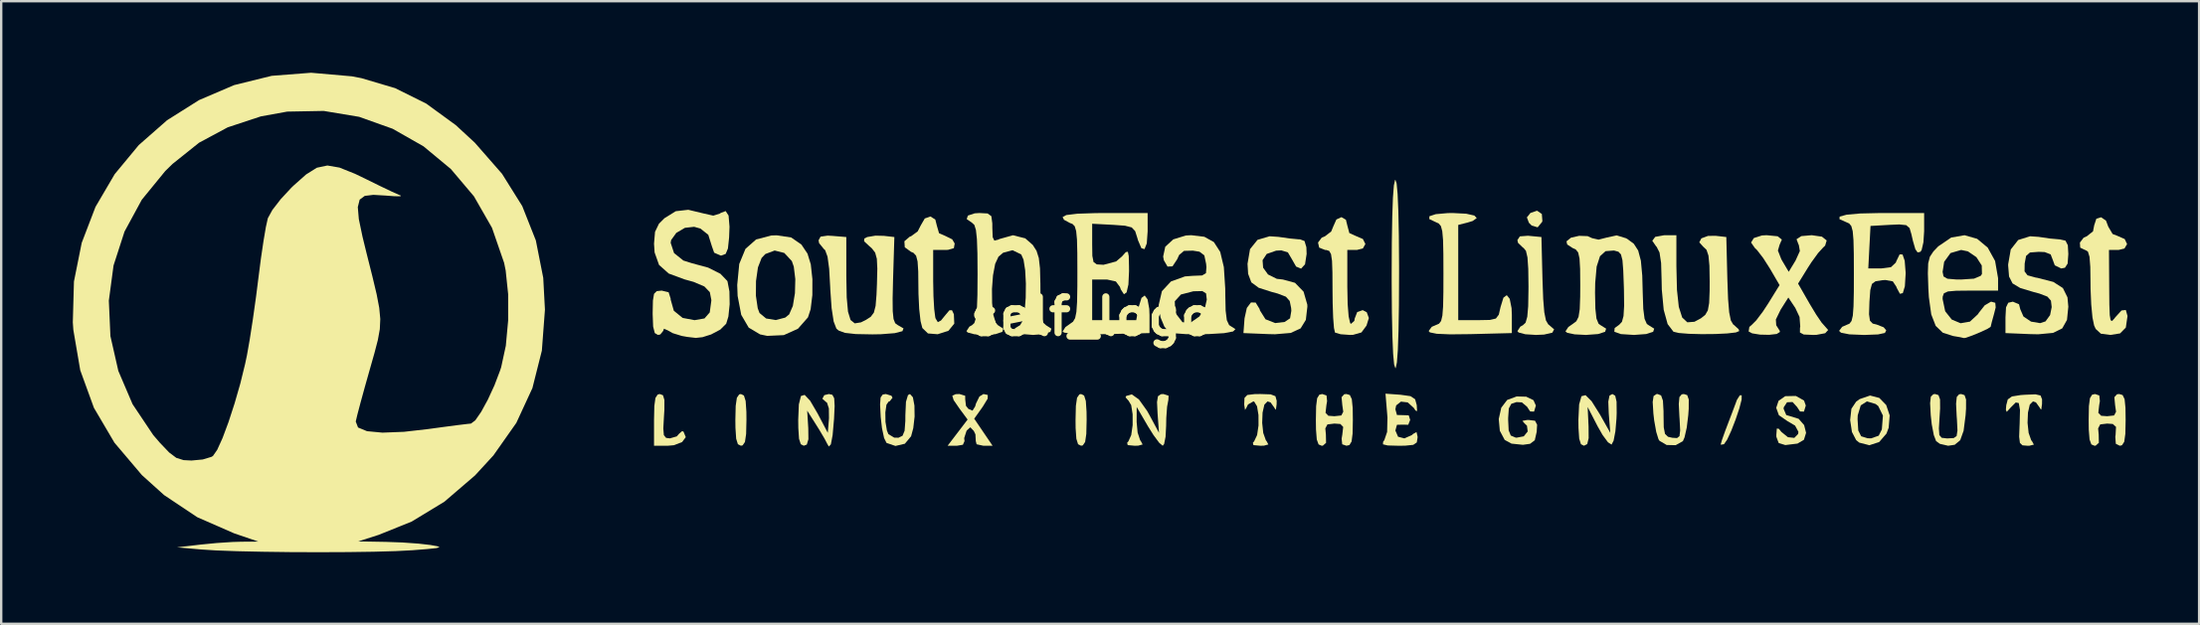
<source format=kicad_pcb>
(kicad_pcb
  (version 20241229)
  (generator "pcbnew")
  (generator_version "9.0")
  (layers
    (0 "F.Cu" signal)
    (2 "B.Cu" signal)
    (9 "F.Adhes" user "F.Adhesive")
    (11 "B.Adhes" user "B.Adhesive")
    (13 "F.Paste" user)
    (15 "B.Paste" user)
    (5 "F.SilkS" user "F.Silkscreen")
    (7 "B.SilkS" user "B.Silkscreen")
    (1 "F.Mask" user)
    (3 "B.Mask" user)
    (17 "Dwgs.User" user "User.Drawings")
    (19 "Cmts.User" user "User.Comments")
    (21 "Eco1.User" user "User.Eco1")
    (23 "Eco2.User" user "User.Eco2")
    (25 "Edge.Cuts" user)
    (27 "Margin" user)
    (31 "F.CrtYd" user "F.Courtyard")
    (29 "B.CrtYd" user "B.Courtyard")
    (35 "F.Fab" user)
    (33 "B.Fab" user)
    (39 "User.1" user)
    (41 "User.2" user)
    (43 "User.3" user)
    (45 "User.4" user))
  (footprint "self_logo"
    (layer "F.Cu")
    (at 42.698 10.218)
    (property "Reference" "self_logo" (at 0 0 0) (layer "F.SilkS") (effects (font (size 1.5 1.5) (thickness 0.3))))
    (attr board_only exclude_from_pos_files exclude_from_bom)
    (fp_poly (pts (xy 18.835 -4.297) (xy 18.858 -4.005) (xy 18.843 -3.96) (xy 18.659 -3.737) (xy 18.409 -3.811) (xy 18.293 -3.929) (xy 18.209 -4.154) (xy 18.358 -4.34) (xy 18.635 -4.434)) (stroke (width 0) (type solid)) (fill yes) (layer "F.SilkS"))
    (fp_poly (pts (xy -14.587 3.316) (xy -14.515 3.545) (xy -14.484 3.997) (xy -14.481 4.336) (xy -14.495 4.925) (xy -14.544 5.262) (xy -14.641 5.404) (xy -14.713 5.42) (xy -14.84 5.356) (xy -14.912 5.127) (xy -14.942 4.675) (xy -14.946 4.336) (xy -14.932 3.747) (xy -14.883 3.41) (xy -14.786 3.268) (xy -14.713 3.252)) (stroke (width 0) (type solid)) (fill yes) (layer "F.SilkS"))
    (fp_poly (pts (xy -0.338 3.316) (xy -0.266 3.545) (xy -0.236 3.997) (xy -0.232 4.336) (xy -0.246 4.925) (xy -0.295 5.262) (xy -0.392 5.405) (xy -0.465 5.42) (xy -0.591 5.357) (xy -0.663 5.128) (xy -0.694 4.677) (xy -0.697 4.337) (xy -0.683 3.748) (xy -0.634 3.41) (xy -0.537 3.268) (xy -0.465 3.252)) (stroke (width 0) (type solid)) (fill yes) (layer "F.SilkS"))
    (fp_poly (pts (xy 27.203 3.484) (xy 27.108 3.854) (xy 26.952 4.32) (xy 26.771 4.787) (xy 26.598 5.163) (xy 26.466 5.354) (xy 26.464 5.356) (xy 26.335 5.377) (xy 26.329 5.358) (xy 26.38 5.179) (xy 26.511 4.81) (xy 26.615 4.536) (xy 26.802 4.045) (xy 26.956 3.635) (xy 27.005 3.501) (xy 27.128 3.305) (xy 27.206 3.303)) (stroke (width 0) (type solid)) (fill yes) (layer "F.SilkS"))
    (fp_poly (pts (xy -17.977 3.304) (xy -17.918 3.502) (xy -17.919 3.913) (xy -17.936 4.182) (xy -17.964 4.697) (xy -17.941 4.977) (xy -17.847 5.091) (xy -17.688 5.111) (xy -17.399 5.028) (xy -17.303 4.917) (xy -17.174 4.805) (xy -17.116 4.833) (xy -17.023 5.061) (xy -17.178 5.267) (xy -17.524 5.399) (xy -17.767 5.42) (xy -18.353 5.42) (xy -18.353 4.336) (xy -18.34 3.752) (xy -18.294 3.417) (xy -18.199 3.273) (xy -18.111 3.252)) (stroke (width 0) (type solid)) (fill yes) (layer "F.SilkS"))
    (fp_poly (pts (xy 12.752 -5.578) (xy 12.794 -5.128) (xy 12.825 -4.395) (xy 12.846 -3.391) (xy 12.855 -2.129) (xy 12.855 -1.781) (xy 12.849 -0.457) (xy 12.831 0.611) (xy 12.803 1.412) (xy 12.763 1.932) (xy 12.714 2.159) (xy 12.7 2.168) (xy 12.648 2.016) (xy 12.606 1.566) (xy 12.575 0.833) (xy 12.554 -0.171) (xy 12.545 -1.434) (xy 12.545 -1.781) (xy 12.551 -3.105) (xy 12.569 -4.173) (xy 12.597 -4.974) (xy 12.637 -5.495) (xy 12.686 -5.721) (xy 12.7 -5.73)) (stroke (width 0) (type solid)) (fill yes) (layer "F.SilkS"))
    (fp_poly (pts (xy 18.314 -3.378) (xy 18.818 -3.33) (xy 18.862 -1.552) (xy 18.892 -0.731) (xy 18.938 -0.174) (xy 19.007 0.166) (xy 19.105 0.333) (xy 19.133 0.353) (xy 19.349 0.54) (xy 19.275 0.68) (xy 18.925 0.76) (xy 18.585 0.774) (xy 18.141 0.746) (xy 17.862 0.672) (xy 17.811 0.615) (xy 17.935 0.426) (xy 18.043 0.366) (xy 18.154 0.261) (xy 18.225 0.012) (xy 18.263 -0.432) (xy 18.275 -1.124) (xy 18.276 -1.26) (xy 18.266 -1.997) (xy 18.233 -2.477) (xy 18.168 -2.753) (xy 18.064 -2.877) (xy 18.043 -2.887) (xy 17.837 -3.087) (xy 17.811 -3.201) (xy 17.914 -3.358) (xy 18.255 -3.384)) (stroke (width 0) (type solid)) (fill yes) (layer "F.SilkS"))
    (fp_poly (pts (xy 21.908 3.323) (xy 21.965 3.571) (xy 21.97 4.053) (xy 21.961 4.286) (xy 21.916 4.816) (xy 21.841 5.207) (xy 21.755 5.372) (xy 21.604 5.274) (xy 21.378 4.967) (xy 21.174 4.61) (xy 20.753 3.795) (xy 20.792 4.608) (xy 20.796 5.101) (xy 20.737 5.351) (xy 20.6 5.42) (xy 20.599 5.42) (xy 20.473 5.356) (xy 20.4 5.127) (xy 20.37 4.676) (xy 20.366 4.332) (xy 20.397 3.687) (xy 20.494 3.344) (xy 20.666 3.3) (xy 20.92 3.554) (xy 21.265 4.103) (xy 21.267 4.106) (xy 21.702 4.879) (xy 21.638 4.066) (xy 21.619 3.569) (xy 21.67 3.317) (xy 21.79 3.252)) (stroke (width 0) (type solid)) (fill yes) (layer "F.SilkS"))
    (fp_poly (pts (xy 32.971 3.416) (xy 33.259 3.713) (xy 33.405 4.148) (xy 33.363 4.666) (xy 33.27 4.912) (xy 32.963 5.266) (xy 32.548 5.399) (xy 32.132 5.29) (xy 32.002 5.186) (xy 31.824 4.844) (xy 31.75 4.352) (xy 31.75 4.329) (xy 31.753 4.306) (xy 32.06 4.306) (xy 32.089 4.781) (xy 32.21 5.023) (xy 32.474 5.106) (xy 32.625 5.111) (xy 32.946 4.998) (xy 33.077 4.736) (xy 33.122 4.156) (xy 32.925 3.755) (xy 32.816 3.67) (xy 32.453 3.561) (xy 32.193 3.728) (xy 32.067 4.144) (xy 32.06 4.306) (xy 31.753 4.306) (xy 31.802 3.869) (xy 31.998 3.575) (xy 32.144 3.466) (xy 32.584 3.315)) (stroke (width 0) (type solid)) (fill yes) (layer "F.SilkS"))
    (fp_poly (pts (xy -10.881 3.286) (xy -10.806 3.431) (xy -10.788 3.755) (xy -10.813 4.298) (xy -10.872 4.975) (xy -10.945 5.363) (xy -11.031 5.454) (xy -11.096 5.343) (xy -11.208 5.128) (xy -11.425 4.761) (xy -11.545 4.569) (xy -11.937 3.949) (xy -11.892 4.685) (xy -11.886 5.148) (xy -11.953 5.371) (xy -12.079 5.42) (xy -12.206 5.357) (xy -12.279 5.13) (xy -12.309 4.681) (xy -12.313 4.336) (xy -12.286 3.685) (xy -12.199 3.336) (xy -12.044 3.288) (xy -11.812 3.536) (xy -11.502 4.066) (xy -11.074 4.879) (xy -11.024 4.263) (xy -11.029 3.855) (xy -11.108 3.614) (xy -11.14 3.592) (xy -11.302 3.449) (xy -11.221 3.299) (xy -11.028 3.252)) (stroke (width 0) (type solid)) (fill yes) (layer "F.SilkS"))
    (fp_poly (pts (xy -7.51 3.389) (xy -7.445 3.736) (xy -7.438 4.198) (xy -7.493 4.68) (xy -7.585 5.023) (xy -7.846 5.336) (xy -8.24 5.429) (xy -8.614 5.302) (xy -8.716 5.098) (xy -8.805 4.681) (xy -8.857 4.22) (xy -8.884 3.689) (xy -8.862 3.396) (xy -8.774 3.274) (xy -8.644 3.252) (xy -8.409 3.323) (xy -8.363 3.407) (xy -8.481 3.558) (xy -8.518 3.562) (xy -8.616 3.696) (xy -8.663 4.02) (xy -8.658 4.421) (xy -8.598 4.782) (xy -8.536 4.933) (xy -8.291 5.081) (xy -8.113 5.084) (xy -7.944 5.002) (xy -7.857 4.792) (xy -7.826 4.38) (xy -7.825 4.139) (xy -7.8 3.579) (xy -7.716 3.298) (xy -7.632 3.252)) (stroke (width 0) (type solid)) (fill yes) (layer "F.SilkS"))
    (fp_poly (pts (xy 24.925 3.298) (xy 24.989 3.482) (xy 24.987 3.872) (xy 24.968 4.143) (xy 24.904 4.664) (xy 24.812 5.07) (xy 24.743 5.227) (xy 24.441 5.397) (xy 24.063 5.389) (xy 23.763 5.213) (xy 23.722 5.15) (xy 23.627 4.843) (xy 23.541 4.362) (xy 23.507 4.066) (xy 23.478 3.584) (xy 23.516 3.337) (xy 23.636 3.255) (xy 23.684 3.252) (xy 23.83 3.311) (xy 23.907 3.529) (xy 23.932 3.972) (xy 23.933 4.143) (xy 23.941 4.648) (xy 23.994 4.923) (xy 24.12 5.045) (xy 24.297 5.086) (xy 24.498 5.098) (xy 24.601 5.018) (xy 24.629 4.777) (xy 24.605 4.307) (xy 24.597 4.195) (xy 24.571 3.668) (xy 24.598 3.38) (xy 24.693 3.266) (xy 24.783 3.252)) (stroke (width 0) (type solid)) (fill yes) (layer "F.SilkS"))
    (fp_poly (pts (xy 29.489 3.34) (xy 29.817 3.525) (xy 29.891 3.734) (xy 29.814 3.989) (xy 29.648 3.983) (xy 29.526 3.795) (xy 29.336 3.587) (xy 29.105 3.598) (xy 28.967 3.809) (xy 28.962 3.872) (xy 29.073 4.133) (xy 29.241 4.182) (xy 29.592 4.291) (xy 29.821 4.554) (xy 29.903 4.879) (xy 29.813 5.17) (xy 29.543 5.33) (xy 29.033 5.392) (xy 28.755 5.305) (xy 28.659 5.048) (xy 28.657 4.969) (xy 28.677 4.7) (xy 28.761 4.709) (xy 28.868 4.84) (xy 29.142 5.062) (xy 29.41 5.091) (xy 29.57 4.927) (xy 29.582 4.835) (xy 29.442 4.576) (xy 29.117 4.384) (xy 28.764 4.14) (xy 28.652 3.83) (xy 28.751 3.536) (xy 29.031 3.342) (xy 29.461 3.333)) (stroke (width 0) (type solid)) (fill yes) (layer "F.SilkS"))
    (fp_poly (pts (xy 36.541 3.298) (xy 36.604 3.482) (xy 36.603 3.872) (xy 36.584 4.143) (xy 36.501 4.794) (xy 36.359 5.189) (xy 36.128 5.38) (xy 35.854 5.421) (xy 35.509 5.341) (xy 35.35 5.227) (xy 35.253 4.974) (xy 35.167 4.524) (xy 35.125 4.143) (xy 35.098 3.634) (xy 35.129 3.363) (xy 35.233 3.261) (xy 35.309 3.252) (xy 35.45 3.298) (xy 35.514 3.478) (xy 35.517 3.862) (xy 35.497 4.182) (xy 35.466 4.696) (xy 35.485 4.973) (xy 35.583 5.087) (xy 35.788 5.111) (xy 35.854 5.111) (xy 36.088 5.098) (xy 36.209 5.012) (xy 36.244 4.779) (xy 36.222 4.327) (xy 36.211 4.182) (xy 36.186 3.659) (xy 36.215 3.375) (xy 36.312 3.264) (xy 36.399 3.252)) (stroke (width 0) (type solid)) (fill yes) (layer "F.SilkS"))
    (fp_poly (pts (xy 39.724 3.314) (xy 39.788 3.474) (xy 39.786 3.67) (xy 39.755 3.906) (xy 39.703 3.856) (xy 39.697 3.833) (xy 39.532 3.603) (xy 39.405 3.562) (xy 39.273 3.697) (xy 39.197 4.032) (xy 39.18 4.462) (xy 39.225 4.883) (xy 39.333 5.189) (xy 39.37 5.235) (xy 39.445 5.373) (xy 39.258 5.42) (xy 39.176 5.421) (xy 38.967 5.403) (xy 38.86 5.302) (xy 38.828 5.043) (xy 38.846 4.556) (xy 38.849 4.492) (xy 38.863 3.919) (xy 38.812 3.631) (xy 38.686 3.606) (xy 38.471 3.821) (xy 38.461 3.833) (xy 38.307 4.001) (xy 38.272 3.91) (xy 38.289 3.717) (xy 38.351 3.479) (xy 38.524 3.354) (xy 38.893 3.295) (xy 39.068 3.283) (xy 39.511 3.265)) (stroke (width 0) (type solid)) (fill yes) (layer "F.SilkS"))
    (fp_poly (pts (xy -4.373 3.292) (xy -4.378 3.448) (xy -4.577 3.773) (xy -4.639 3.862) (xy -4.941 4.286) (xy -4.556 4.854) (xy -4.171 5.421) (xy -4.558 5.421) (xy -4.841 5.359) (xy -4.875 5.227) (xy -4.891 4.942) (xy -4.958 4.801) (xy -5.104 4.647) (xy -5.243 4.77) (xy -5.264 4.801) (xy -5.361 5.1) (xy -5.347 5.227) (xy -5.415 5.379) (xy -5.666 5.421) (xy -6.056 5.421) (xy -5.637 4.872) (xy -5.218 4.322) (xy -5.552 3.871) (xy -5.803 3.507) (xy -5.859 3.323) (xy -5.718 3.258) (xy -5.559 3.252) (xy -5.319 3.325) (xy -5.318 3.473) (xy -5.286 3.748) (xy -5.186 3.874) (xy -5.013 3.949) (xy -4.902 3.773) (xy -4.868 3.653) (xy -4.723 3.356) (xy -4.552 3.252)) (stroke (width 0) (type solid)) (fill yes) (layer "F.SilkS"))
    (fp_poly (pts (xy 7.475 3.266) (xy 7.675 3.342) (xy 7.728 3.531) (xy 7.726 3.678) (xy 7.696 3.913) (xy 7.643 3.854) (xy 7.637 3.833) (xy 7.472 3.603) (xy 7.345 3.562) (xy 7.213 3.697) (xy 7.137 4.032) (xy 7.121 4.462) (xy 7.165 4.883) (xy 7.274 5.189) (xy 7.31 5.235) (xy 7.379 5.367) (xy 7.194 5.417) (xy 7.047 5.421) (xy 6.754 5.394) (xy 6.73 5.297) (xy 6.784 5.235) (xy 6.908 4.973) (xy 6.968 4.571) (xy 6.966 4.133) (xy 6.905 3.765) (xy 6.786 3.571) (xy 6.749 3.562) (xy 6.527 3.691) (xy 6.457 3.833) (xy 6.402 3.92) (xy 6.37 3.713) (xy 6.368 3.678) (xy 6.38 3.416) (xy 6.498 3.292) (xy 6.806 3.255) (xy 7.047 3.252)) (stroke (width 0) (type solid)) (fill yes) (layer "F.SilkS"))
    (fp_poly (pts (xy 18.182 3.364) (xy 18.484 3.51) (xy 18.585 3.735) (xy 18.509 3.989) (xy 18.344 3.982) (xy 18.215 3.784) (xy 17.998 3.602) (xy 17.773 3.59) (xy 17.555 3.663) (xy 17.452 3.856) (xy 17.424 4.258) (xy 17.424 4.337) (xy 17.445 4.775) (xy 17.534 4.993) (xy 17.734 5.077) (xy 17.773 5.083) (xy 18.078 5.025) (xy 18.243 4.821) (xy 18.211 4.579) (xy 18.105 4.478) (xy 18.021 4.377) (xy 18.219 4.34) (xy 18.283 4.339) (xy 18.55 4.372) (xy 18.637 4.539) (xy 18.619 4.84) (xy 18.539 5.19) (xy 18.342 5.339) (xy 18.041 5.381) (xy 17.565 5.332) (xy 17.279 5.176) (xy 17.075 4.793) (xy 17.03 4.3) (xy 17.135 3.827) (xy 17.381 3.502) (xy 17.385 3.5) (xy 17.781 3.353)) (stroke (width 0) (type solid)) (fill yes) (layer "F.SilkS"))
    (fp_poly (pts (xy 3.201 3.324) (xy 3.192 3.497) (xy 3.138 3.786) (xy 3.104 4.256) (xy 3.098 4.582) (xy 3.074 5.044) (xy 3.013 5.349) (xy 2.955 5.421) (xy 2.808 5.297) (xy 2.57 4.976) (xy 2.339 4.608) (xy 1.865 3.795) (xy 1.862 4.422) (xy 1.903 4.867) (xy 2.01 5.189) (xy 2.044 5.235) (xy 2.113 5.367) (xy 1.928 5.417) (xy 1.781 5.421) (xy 1.489 5.394) (xy 1.464 5.297) (xy 1.518 5.235) (xy 1.636 4.972) (xy 1.695 4.556) (xy 1.694 4.1) (xy 1.634 3.717) (xy 1.516 3.521) (xy 1.51 3.519) (xy 1.398 3.39) (xy 1.426 3.332) (xy 1.661 3.267) (xy 1.96 3.482) (xy 2.302 3.961) (xy 2.4 4.136) (xy 2.799 4.879) (xy 2.739 4.066) (xy 2.716 3.59) (xy 2.755 3.346) (xy 2.877 3.26) (xy 2.982 3.252)) (stroke (width 0) (type solid)) (fill yes) (layer "F.SilkS"))
    (fp_poly (pts (xy 10.794 3.295) (xy 10.875 3.467) (xy 10.912 3.832) (xy 10.919 4.336) (xy 10.908 4.912) (xy 10.866 5.243) (xy 10.776 5.391) (xy 10.652 5.42) (xy 10.473 5.36) (xy 10.449 5.124) (xy 10.477 4.956) (xy 10.514 4.632) (xy 10.396 4.509) (xy 10.146 4.491) (xy 9.854 4.526) (xy 9.766 4.692) (xy 9.79 4.956) (xy 9.797 5.298) (xy 9.662 5.418) (xy 9.614 5.421) (xy 9.483 5.365) (xy 9.408 5.16) (xy 9.375 4.743) (xy 9.37 4.337) (xy 9.381 3.76) (xy 9.423 3.43) (xy 9.513 3.282) (xy 9.637 3.252) (xy 9.816 3.313) (xy 9.84 3.549) (xy 9.812 3.717) (xy 9.775 4.041) (xy 9.893 4.164) (xy 10.145 4.182) (xy 10.436 4.151) (xy 10.517 3.995) (xy 10.477 3.717) (xy 10.446 3.385) (xy 10.557 3.261) (xy 10.652 3.252)) (stroke (width 0) (type solid)) (fill yes) (layer "F.SilkS"))
    (fp_poly (pts (xy 12.919 3.283) (xy 13.332 3.341) (xy 13.527 3.47) (xy 13.595 3.717) (xy 13.609 3.97) (xy 13.543 3.944) (xy 13.471 3.833) (xy 13.216 3.603) (xy 12.933 3.571) (xy 12.734 3.729) (xy 12.7 3.89) (xy 12.766 4.131) (xy 13.009 4.137) (xy 13.01 4.137) (xy 13.259 4.145) (xy 13.32 4.337) (xy 13.239 4.541) (xy 13.01 4.536) (xy 12.766 4.542) (xy 12.7 4.782) (xy 12.7 4.783) (xy 12.812 5.042) (xy 13.078 5.112) (xy 13.392 4.972) (xy 13.443 4.925) (xy 13.585 4.845) (xy 13.629 5.034) (xy 13.629 5.08) (xy 13.597 5.281) (xy 13.449 5.383) (xy 13.108 5.418) (xy 12.836 5.421) (xy 12.381 5.409) (xy 12.181 5.362) (xy 12.185 5.257) (xy 12.236 5.188) (xy 12.354 4.843) (xy 12.368 4.243) (xy 12.357 4.096) (xy 12.286 3.237)) (stroke (width 0) (type solid)) (fill yes) (layer "F.SilkS"))
    (fp_poly (pts (xy 42.186 3.313) (xy 42.209 3.549) (xy 42.181 3.717) (xy 42.144 4.041) (xy 42.263 4.164) (xy 42.514 4.182) (xy 42.805 4.151) (xy 42.887 3.995) (xy 42.847 3.717) (xy 42.816 3.385) (xy 42.926 3.262) (xy 43.021 3.252) (xy 43.163 3.296) (xy 43.245 3.468) (xy 43.281 3.832) (xy 43.288 4.337) (xy 43.276 4.92) (xy 43.23 5.254) (xy 43.136 5.399) (xy 43.044 5.421) (xy 42.877 5.338) (xy 42.856 5.048) (xy 42.868 4.956) (xy 42.885 4.63) (xy 42.751 4.508) (xy 42.514 4.491) (xy 42.223 4.526) (xy 42.136 4.693) (xy 42.16 4.956) (xy 42.167 5.297) (xy 42.032 5.417) (xy 41.984 5.42) (xy 41.852 5.365) (xy 41.777 5.159) (xy 41.744 4.742) (xy 41.74 4.336) (xy 41.75 3.76) (xy 41.793 3.43) (xy 41.882 3.282) (xy 42.007 3.252)) (stroke (width 0) (type solid)) (fill yes) (layer "F.SilkS"))
    (fp_poly (pts (xy -12.608 -3.312) (xy -12.18 -3.015) (xy -11.924 -2.633) (xy -11.787 -2.186) (xy -11.719 -1.566) (xy -11.721 -0.897) (xy -11.793 -0.304) (xy -11.904 0.037) (xy -12.323 0.514) (xy -12.917 0.782) (xy -13.612 0.814) (xy -13.911 0.752) (xy -14.387 0.468) (xy -14.7 -0.068) (xy -14.852 -0.864) (xy -14.852 -0.872) (xy -14.086 -0.872) (xy -14.009 -0.344) (xy -13.934 -0.145) (xy -13.657 0.085) (xy -13.253 0.151) (xy -12.857 0.047) (xy -12.692 -0.087) (xy -12.538 -0.442) (xy -12.45 -0.977) (xy -12.435 -1.567) (xy -12.499 -2.089) (xy -12.581 -2.323) (xy -12.897 -2.663) (xy -13.3 -2.764) (xy -13.69 -2.618) (xy -13.847 -2.452) (xy -14 -2.055) (xy -14.081 -1.485) (xy -14.086 -0.872) (xy -14.852 -0.872) (xy -14.868 -1.319) (xy -14.783 -2.202) (xy -14.523 -2.834) (xy -14.078 -3.228) (xy -13.44 -3.395) (xy -13.214 -3.402)) (stroke (width 0) (type solid)) (fill yes) (layer "F.SilkS"))
    (fp_poly (pts (xy -6.57 -4.062) (xy -6.505 -3.805) (xy -6.414 -3.49) (xy -6.158 -3.379) (xy -5.863 -3.234) (xy -5.759 -3.059) (xy -5.793 -2.864) (xy -6.041 -2.792) (xy -6.184 -2.788) (xy -6.66 -2.788) (xy -6.66 -1.484) (xy -6.648 -0.85) (xy -6.617 -0.314) (xy -6.573 0.032) (xy -6.559 0.084) (xy -6.464 0.239) (xy -6.332 0.168) (xy -6.181 -0.019) (xy -5.98 -0.259) (xy -5.872 -0.261) (xy -5.793 -0.094) (xy -5.776 0.301) (xy -6.02 0.6) (xy -6.471 0.745) (xy -6.879 0.712) (xy -7.114 0.484) (xy -7.189 0.194) (xy -7.246 -0.314) (xy -7.276 -0.949) (xy -7.279 -1.218) (xy -7.286 -1.887) (xy -7.314 -2.309) (xy -7.376 -2.548) (xy -7.487 -2.668) (xy -7.589 -2.71) (xy -7.85 -2.901) (xy -7.866 -3.153) (xy -7.639 -3.347) (xy -7.587 -3.363) (xy -7.31 -3.565) (xy -7.183 -3.813) (xy -7.012 -4.109) (xy -6.773 -4.192)) (stroke (width 0) (type solid)) (fill yes) (layer "F.SilkS"))
    (fp_poly (pts (xy 42.465 -4.019) (xy 42.562 -3.764) (xy 42.742 -3.458) (xy 42.948 -3.378) (xy 43.249 -3.246) (xy 43.349 -3.035) (xy 43.238 -2.848) (xy 42.99 -2.788) (xy 42.591 -2.788) (xy 42.6 -1.2) (xy 42.606 -0.494) (xy 42.623 -0.055) (xy 42.659 0.158) (xy 42.723 0.189) (xy 42.822 0.079) (xy 42.851 0.039) (xy 43.115 -0.251) (xy 43.296 -0.272) (xy 43.366 -0.022) (xy 43.366 -0.013) (xy 43.296 0.466) (xy 43.055 0.711) (xy 42.648 0.774) (xy 42.251 0.723) (xy 42.034 0.523) (xy 41.968 0.377) (xy 41.899 0.044) (xy 41.847 -0.501) (xy 41.819 -1.158) (xy 41.817 -1.404) (xy 41.808 -2.081) (xy 41.775 -2.502) (xy 41.708 -2.72) (xy 41.599 -2.787) (xy 41.585 -2.788) (xy 41.386 -2.885) (xy 41.372 -3.097) (xy 41.527 -3.301) (xy 41.662 -3.362) (xy 41.922 -3.569) (xy 41.972 -3.824) (xy 42.062 -4.098) (xy 42.261 -4.159)) (stroke (width 0) (type solid)) (fill yes) (layer "F.SilkS"))
    (fp_poly (pts (xy 15.665 -4.308) (xy 16.009 -4.231) (xy 16.108 -4.124) (xy 15.936 -4.002) (xy 15.72 -3.936) (xy 15.333 -3.838) (xy 15.333 -1.842) (xy 15.333 0.155) (xy 16.168 0.155) (xy 16.65 0.146) (xy 16.909 0.087) (xy 17.032 -0.075) (xy 17.104 -0.39) (xy 17.106 -0.397) (xy 17.226 -0.787) (xy 17.365 -0.894) (xy 17.489 -0.74) (xy 17.567 -0.348) (xy 17.579 -0.065) (xy 17.579 0.697) (xy 15.836 0.741) (xy 14.991 0.75) (xy 14.434 0.726) (xy 14.146 0.668) (xy 14.094 0.61) (xy 14.223 0.435) (xy 14.404 0.355) (xy 14.529 0.302) (xy 14.615 0.189) (xy 14.669 -0.036) (xy 14.699 -0.423) (xy 14.711 -1.024) (xy 14.713 -1.789) (xy 14.71 -2.625) (xy 14.697 -3.204) (xy 14.664 -3.575) (xy 14.607 -3.789) (xy 14.516 -3.899) (xy 14.404 -3.949) (xy 14.121 -4.083) (xy 14.125 -4.201) (xy 14.39 -4.289) (xy 14.892 -4.334) (xy 15.101 -4.337)) (stroke (width 0) (type solid)) (fill yes) (layer "F.SilkS"))
    (fp_poly (pts (xy 10.628 -4.055) (xy 10.687 -3.817) (xy 10.772 -3.497) (xy 11.033 -3.379) (xy 11.339 -3.248) (xy 11.444 -3.038) (xy 11.339 -2.851) (xy 11.085 -2.788) (xy 10.687 -2.788) (xy 10.687 -1.239) (xy 10.701 -0.52) (xy 10.743 0.001) (xy 10.806 0.277) (xy 10.841 0.31) (xy 10.98 0.185) (xy 10.996 0.087) (xy 11.101 -0.184) (xy 11.332 -0.265) (xy 11.501 -0.177) (xy 11.589 0.065) (xy 11.491 0.383) (xy 11.279 0.67) (xy 10.928 0.77) (xy 10.793 0.774) (xy 10.409 0.746) (xy 10.178 0.678) (xy 10.17 0.671) (xy 10.128 0.483) (xy 10.094 0.053) (xy 10.073 -0.55) (xy 10.067 -1.11) (xy 10.063 -1.849) (xy 10.046 -2.332) (xy 10.004 -2.613) (xy 9.929 -2.747) (xy 9.809 -2.786) (xy 9.757 -2.788) (xy 9.508 -2.886) (xy 9.46 -3.099) (xy 9.615 -3.304) (xy 9.749 -3.36) (xy 10.012 -3.562) (xy 10.097 -3.77) (xy 10.229 -4.066) (xy 10.441 -4.164)) (stroke (width 0) (type solid)) (fill yes) (layer "F.SilkS"))
    (fp_poly (pts (xy 24.471 -2.11) (xy 24.495 -1.113) (xy 24.572 -0.402) (xy 24.714 0.044) (xy 24.929 0.245) (xy 25.227 0.222) (xy 25.499 0.077) (xy 25.679 -0.066) (xy 25.788 -0.255) (xy 25.843 -0.564) (xy 25.863 -1.067) (xy 25.865 -1.467) (xy 25.854 -2.131) (xy 25.814 -2.552) (xy 25.732 -2.794) (xy 25.596 -2.924) (xy 25.594 -2.925) (xy 25.43 -3.108) (xy 25.517 -3.275) (xy 25.798 -3.378) (xy 26.117 -3.381) (xy 26.562 -3.33) (xy 26.606 -1.552) (xy 26.636 -0.731) (xy 26.682 -0.174) (xy 26.751 0.166) (xy 26.849 0.333) (xy 26.877 0.353) (xy 27.075 0.532) (xy 27.104 0.612) (xy 26.963 0.67) (xy 26.597 0.712) (xy 26.091 0.736) (xy 25.528 0.741) (xy 24.994 0.727) (xy 24.572 0.693) (xy 24.348 0.64) (xy 24.104 0.319) (xy 23.939 -0.28) (xy 23.859 -1.133) (xy 23.851 -1.54) (xy 23.831 -2.239) (xy 23.764 -2.683) (xy 23.642 -2.922) (xy 23.621 -2.941) (xy 23.461 -3.174) (xy 23.585 -3.338) (xy 23.968 -3.407) (xy 24.015 -3.407) (xy 24.471 -3.407)) (stroke (width 0) (type solid)) (fill yes) (layer "F.SilkS"))
    (fp_poly (pts (xy -10.88 -3.378) (xy -10.299 -3.33) (xy -10.298 -1.671) (xy -10.282 -0.798) (xy -10.228 -0.202) (xy -10.12 0.149) (xy -9.945 0.289) (xy -9.687 0.248) (xy -9.481 0.147) (xy -9.273 0.011) (xy -9.145 -0.161) (xy -9.072 -0.443) (xy -9.034 -0.91) (xy -9.015 -1.369) (xy -9 -2.01) (xy -9.02 -2.419) (xy -9.09 -2.675) (xy -9.226 -2.853) (xy -9.325 -2.94) (xy -9.553 -3.152) (xy -9.545 -3.268) (xy -9.422 -3.33) (xy -9.078 -3.388) (xy -8.725 -3.38) (xy -8.286 -3.33) (xy -8.341 -1.533) (xy -8.359 -0.748) (xy -8.354 -0.219) (xy -8.32 0.107) (xy -8.251 0.283) (xy -8.147 0.36) (xy -7.902 0.501) (xy -7.949 0.617) (xy -8.271 0.7) (xy -8.852 0.745) (xy -9.204 0.751) (xy -9.903 0.738) (xy -10.354 0.688) (xy -10.62 0.591) (xy -10.714 0.509) (xy -10.828 0.212) (xy -10.915 -0.351) (xy -10.97 -1.138) (xy -10.973 -1.224) (xy -11.017 -2.003) (xy -11.086 -2.509) (xy -11.186 -2.78) (xy -11.244 -2.834) (xy -11.438 -3.074) (xy -11.461 -3.192) (xy -11.377 -3.347) (xy -11.082 -3.389)) (stroke (width 0) (type solid)) (fill yes) (layer "F.SilkS"))
    (fp_poly (pts (xy 7.801 -3.337) (xy 8.273 -3.27) (xy 8.649 -3.234) (xy 8.712 -3.232) (xy 8.894 -3.163) (xy 8.972 -2.904) (xy 8.983 -2.623) (xy 8.916 -2.188) (xy 8.751 -2.005) (xy 8.541 -2.092) (xy 8.36 -2.41) (xy 8.197 -2.687) (xy 7.926 -2.77) (xy 7.705 -2.759) (xy 7.312 -2.622) (xy 7.137 -2.359) (xy 7.16 -2.046) (xy 7.365 -1.761) (xy 7.733 -1.578) (xy 7.989 -1.549) (xy 8.495 -1.411) (xy 8.855 -1.039) (xy 9.011 -0.496) (xy 9.014 -0.41) (xy 8.95 0.143) (xy 8.731 0.5) (xy 8.315 0.691) (xy 7.66 0.746) (xy 7.4 0.74) (xy 6.336 0.697) (xy 6.382 0.079) (xy 6.478 -0.357) (xy 6.651 -0.587) (xy 6.847 -0.583) (xy 7.01 -0.317) (xy 7.029 -0.25) (xy 7.26 0.118) (xy 7.667 0.277) (xy 8.062 0.23) (xy 8.289 0.077) (xy 8.342 -0.236) (xy 8.334 -0.353) (xy 8.274 -0.648) (xy 8.114 -0.828) (xy 7.77 -0.961) (xy 7.527 -1.026) (xy 6.975 -1.203) (xy 6.666 -1.43) (xy 6.532 -1.787) (xy 6.507 -2.207) (xy 6.612 -2.823) (xy 6.925 -3.212) (xy 7.432 -3.362)) (stroke (width 0) (type solid)) (fill yes) (layer "F.SilkS"))
    (fp_poly (pts (xy 39.643 -3.337) (xy 40.122 -3.267) (xy 40.527 -3.231) (xy 40.539 -3.23) (xy 40.768 -3.179) (xy 40.867 -2.987) (xy 40.888 -2.617) (xy 40.859 -2.216) (xy 40.747 -2.043) (xy 40.589 -2.013) (xy 40.32 -2.144) (xy 40.24 -2.362) (xy 40.147 -2.603) (xy 39.9 -2.699) (xy 39.649 -2.71) (xy 39.281 -2.682) (xy 39.118 -2.537) (xy 39.059 -2.216) (xy 39.054 -1.89) (xy 39.178 -1.726) (xy 39.513 -1.633) (xy 39.601 -1.618) (xy 40.26 -1.448) (xy 40.66 -1.191) (xy 40.852 -0.801) (xy 40.888 -0.408) (xy 40.832 0.144) (xy 40.634 0.499) (xy 40.249 0.689) (xy 39.63 0.747) (xy 39.283 0.74) (xy 38.255 0.697) (xy 38.255 0.039) (xy 38.278 -0.382) (xy 38.371 -0.575) (xy 38.565 -0.62) (xy 38.823 -0.511) (xy 38.874 -0.306) (xy 39.008 0.001) (xy 39.326 0.216) (xy 39.705 0.28) (xy 39.932 0.207) (xy 40.124 -0.058) (xy 40.191 -0.394) (xy 40.159 -0.664) (xy 40.012 -0.831) (xy 39.673 -0.961) (xy 39.435 -1.024) (xy 38.873 -1.193) (xy 38.551 -1.386) (xy 38.405 -1.675) (xy 38.368 -2.132) (xy 38.368 -2.186) (xy 38.476 -2.808) (xy 38.788 -3.206) (xy 39.286 -3.362)) (stroke (width 0) (type solid)) (fill yes) (layer "F.SilkS"))
    (fp_poly (pts (xy 4.699 -3.341) (xy 5.097 -3.119) (xy 5.363 -2.707) (xy 5.515 -2.071) (xy 5.573 -1.176) (xy 5.576 -0.901) (xy 5.59 -0.246) (xy 5.64 0.156) (xy 5.736 0.361) (xy 5.807 0.408) (xy 6.001 0.531) (xy 5.902 0.629) (xy 5.525 0.7) (xy 4.886 0.738) (xy 4.574 0.743) (xy 3.919 0.74) (xy 3.501 0.709) (xy 3.247 0.634) (xy 3.084 0.501) (xy 3.021 0.42) (xy 2.862 0.037) (xy 2.788 -0.445) (xy 2.788 -0.488) (xy 2.823 -0.637) (xy 3.46 -0.637) (xy 3.477 -0.22) (xy 3.529 -0.089) (xy 3.783 0.24) (xy 4.106 0.269) (xy 4.491 0) (xy 4.726 -0.373) (xy 4.801 -0.706) (xy 4.77 -0.966) (xy 4.616 -1.064) (xy 4.248 -1.056) (xy 4.236 -1.055) (xy 3.716 -0.92) (xy 3.46 -0.637) (xy 2.823 -0.637) (xy 2.921 -1.06) (xy 3.299 -1.467) (xy 3.885 -1.679) (xy 4.212 -1.704) (xy 4.603 -1.719) (xy 4.766 -1.816) (xy 4.785 -2.068) (xy 4.772 -2.207) (xy 4.697 -2.562) (xy 4.495 -2.715) (xy 4.22 -2.759) (xy 3.847 -2.75) (xy 3.644 -2.58) (xy 3.561 -2.398) (xy 3.364 -2.101) (xy 3.156 -2.091) (xy 3.002 -2.356) (xy 2.973 -2.514) (xy 3.062 -2.925) (xy 3.397 -3.232) (xy 3.92 -3.394) (xy 4.149 -3.407)) (stroke (width 0) (type solid)) (fill yes) (layer "F.SilkS"))
    (fp_poly (pts (xy 30.567 -3.346) (xy 30.766 -3.187) (xy 30.701 -2.969) (xy 30.621 -2.894) (xy 30.406 -2.658) (xy 30.122 -2.266) (xy 29.979 -2.044) (xy 29.568 -1.378) (xy 30.049 -0.538) (xy 30.324 -0.082) (xy 30.555 0.258) (xy 30.675 0.393) (xy 30.828 0.568) (xy 30.704 0.703) (xy 30.336 0.771) (xy 30.198 0.774) (xy 29.804 0.757) (xy 29.646 0.673) (xy 29.648 0.475) (xy 29.659 0.426) (xy 29.629 0.02) (xy 29.451 -0.358) (xy 29.16 -0.794) (xy 28.836 -0.282) (xy 28.637 0.128) (xy 28.653 0.372) (xy 28.659 0.379) (xy 28.798 0.597) (xy 28.807 0.65) (xy 28.674 0.734) (xy 28.356 0.77) (xy 27.972 0.761) (xy 27.644 0.708) (xy 27.497 0.629) (xy 27.527 0.439) (xy 27.621 0.358) (xy 27.816 0.163) (xy 28.095 -0.207) (xy 28.314 -0.541) (xy 28.792 -1.315) (xy 28.385 -2.013) (xy 28.107 -2.448) (xy 27.852 -2.78) (xy 27.75 -2.88) (xy 27.599 -3.101) (xy 27.715 -3.288) (xy 28.055 -3.396) (xy 28.249 -3.407) (xy 28.714 -3.362) (xy 28.888 -3.223) (xy 28.793 -3.003) (xy 28.723 -2.762) (xy 28.866 -2.399) (xy 28.901 -2.337) (xy 29.176 -1.873) (xy 29.463 -2.345) (xy 29.643 -2.743) (xy 29.599 -2.998) (xy 29.59 -3.01) (xy 29.503 -3.238) (xy 29.705 -3.369) (xy 30.14 -3.407)) (stroke (width 0) (type solid)) (fill yes) (layer "F.SilkS"))
    (fp_poly (pts (xy 37.068 -3.256) (xy 37.511 -2.887) (xy 37.82 -2.327) (xy 37.945 -1.605) (xy 37.945 -1.554) (xy 37.945 -1.084) (xy 36.784 -1.084) (xy 36.192 -1.078) (xy 35.845 -1.048) (xy 35.678 -0.973) (xy 35.626 -0.833) (xy 35.622 -0.731) (xy 35.73 -0.218) (xy 36.005 0.129) (xy 36.375 0.284) (xy 36.766 0.217) (xy 37.105 -0.098) (xy 37.139 -0.154) (xy 37.388 -0.469) (xy 37.642 -0.617) (xy 37.663 -0.619) (xy 37.828 -0.573) (xy 37.845 -0.38) (xy 37.779 -0.117) (xy 37.682 0.235) (xy 37.636 0.427) (xy 37.635 0.433) (xy 37.51 0.515) (xy 37.215 0.654) (xy 36.871 0.796) (xy 36.599 0.893) (xy 36.517 0.906) (xy 36.35 0.868) (xy 36.064 0.82) (xy 35.631 0.682) (xy 35.333 0.395) (xy 35.146 -0.087) (xy 35.046 -0.81) (xy 35.025 -1.174) (xy 35.004 -1.813) (xy 35.006 -1.869) (xy 35.622 -1.869) (xy 35.66 -1.678) (xy 35.824 -1.582) (xy 36.191 -1.551) (xy 36.401 -1.549) (xy 36.938 -1.585) (xy 37.218 -1.703) (xy 37.27 -1.782) (xy 37.261 -2.139) (xy 37.037 -2.486) (xy 36.68 -2.73) (xy 36.398 -2.788) (xy 35.953 -2.658) (xy 35.687 -2.291) (xy 35.622 -1.869) (xy 35.006 -1.869) (xy 35.018 -2.227) (xy 35.088 -2.502) (xy 35.233 -2.722) (xy 35.439 -2.939) (xy 35.982 -3.309) (xy 36.542 -3.406)) (stroke (width 0) (type solid)) (fill yes) (layer "F.SilkS"))
    (fp_poly (pts (xy 22.357 -3.281) (xy 22.418 -3.248) (xy 22.688 -3.047) (xy 22.87 -2.764) (xy 22.983 -2.339) (xy 23.041 -1.714) (xy 23.061 -0.985) (xy 23.084 -0.315) (xy 23.138 0.099) (xy 23.233 0.313) (xy 23.309 0.366) (xy 23.542 0.512) (xy 23.497 0.643) (xy 23.206 0.737) (xy 22.701 0.774) (xy 22.69 0.774) (xy 22.144 0.739) (xy 21.871 0.64) (xy 21.885 0.486) (xy 22.076 0.347) (xy 22.19 0.225) (xy 22.256 -0.02) (xy 22.282 -0.449) (xy 22.274 -1.119) (xy 22.27 -1.249) (xy 22.245 -1.929) (xy 22.211 -2.36) (xy 22.149 -2.601) (xy 22.044 -2.714) (xy 21.879 -2.759) (xy 21.846 -2.764) (xy 21.505 -2.738) (xy 21.271 -2.526) (xy 21.131 -2.092) (xy 21.07 -1.403) (xy 21.063 -0.994) (xy 21.077 -0.326) (xy 21.123 0.088) (xy 21.212 0.305) (xy 21.296 0.366) (xy 21.529 0.512) (xy 21.484 0.643) (xy 21.193 0.737) (xy 20.688 0.774) (xy 20.676 0.774) (xy 20.21 0.75) (xy 19.9 0.686) (xy 19.824 0.625) (xy 19.945 0.442) (xy 20.134 0.31) (xy 20.28 0.2) (xy 20.372 0.017) (xy 20.422 -0.303) (xy 20.441 -0.825) (xy 20.444 -1.311) (xy 20.438 -1.996) (xy 20.413 -2.432) (xy 20.356 -2.684) (xy 20.253 -2.811) (xy 20.126 -2.868) (xy 19.897 -3.018) (xy 19.867 -3.149) (xy 20.054 -3.302) (xy 20.399 -3.381) (xy 20.753 -3.368) (xy 20.94 -3.283) (xy 21.211 -3.221) (xy 21.547 -3.307) (xy 21.97 -3.399)) (stroke (width 0) (type solid)) (fill yes) (layer "F.SilkS"))
    (fp_poly (pts (xy -4.378 -4.318) (xy -4.223 -4.204) (xy -4.183 -3.904) (xy -4.182 -3.712) (xy -4.167 -3.322) (xy -4.097 -3.18) (xy -3.931 -3.222) (xy -3.882 -3.247) (xy -3.318 -3.405) (xy -2.803 -3.275) (xy -2.489 -2.999) (xy -2.332 -2.754) (xy -2.236 -2.452) (xy -2.186 -2.017) (xy -2.169 -1.371) (xy -2.168 -1.157) (xy -2.158 -0.447) (xy -2.12 0.008) (xy -2.047 0.262) (xy -1.936 0.366) (xy -1.707 0.513) (xy -1.753 0.647) (xy -2.041 0.742) (xy -2.478 0.774) (xy -2.955 0.735) (xy -3.22 0.635) (xy -3.239 0.498) (xy -3.02 0.366) (xy -2.907 0.176) (xy -2.828 -0.235) (xy -2.784 -0.782) (xy -2.777 -1.38) (xy -2.807 -1.941) (xy -2.876 -2.381) (xy -2.974 -2.602) (xy -3.335 -2.777) (xy -3.729 -2.672) (xy -3.925 -2.505) (xy -4.063 -2.206) (xy -4.154 -1.725) (xy -4.197 -1.149) (xy -4.192 -0.564) (xy -4.138 -0.059) (xy -4.034 0.28) (xy -3.949 0.366) (xy -3.72 0.513) (xy -3.766 0.647) (xy -4.055 0.742) (xy -4.491 0.774) (xy -4.936 0.746) (xy -5.215 0.672) (xy -5.266 0.615) (xy -5.142 0.426) (xy -5.034 0.366) (xy -4.937 0.277) (xy -4.87 0.066) (xy -4.828 -0.313) (xy -4.807 -0.908) (xy -4.801 -1.764) (xy -4.801 -1.781) (xy -4.807 -2.642) (xy -4.828 -3.241) (xy -4.869 -3.623) (xy -4.935 -3.837) (xy -5.032 -3.927) (xy -5.034 -3.928) (xy -5.255 -4.082) (xy -5.206 -4.23) (xy -4.922 -4.324) (xy -4.724 -4.337)) (stroke (width 0) (type solid)) (fill yes) (layer "F.SilkS"))
    (fp_poly (pts (xy 2.323 -3.562) (xy 2.287 -3.061) (xy 2.192 -2.823) (xy 2.061 -2.863) (xy 1.919 -3.196) (xy 1.892 -3.291) (xy 1.801 -3.577) (xy 1.656 -3.733) (xy 1.373 -3.805) (xy 0.881 -3.841) (xy 0 -3.887) (xy 0 -3.028) (xy 0.007 -2.538) (xy 0.057 -2.282) (xy 0.192 -2.184) (xy 0.454 -2.168) (xy 0.479 -2.168) (xy 1.002 -2.307) (xy 1.248 -2.517) (xy 1.406 -2.695) (xy 1.494 -2.715) (xy 1.532 -2.533) (xy 1.542 -2.101) (xy 1.544 -1.897) (xy 1.518 -1.339) (xy 1.442 -1.009) (xy 1.331 -0.93) (xy 1.2 -1.129) (xy 1.162 -1.239) (xy 0.992 -1.467) (xy 0.629 -1.547) (xy 0.532 -1.549) (xy 0 -1.549) (xy 0 -0.697) (xy 0 0.155) (xy 0.922 0.155) (xy 1.845 0.155) (xy 1.947 -0.394) (xy 2.066 -0.778) (xy 2.2 -0.879) (xy 2.319 -0.719) (xy 2.391 -0.321) (xy 2.401 -0.065) (xy 2.401 0.697) (xy 0.581 0.741) (xy -0.246 0.748) (xy -0.841 0.726) (xy -1.176 0.676) (xy -1.239 0.63) (xy -1.118 0.443) (xy -0.929 0.31) (xy -0.801 0.218) (xy -0.714 0.069) (xy -0.661 -0.191) (xy -0.632 -0.618) (xy -0.621 -1.263) (xy -0.62 -1.846) (xy -0.623 -2.665) (xy -0.637 -3.226) (xy -0.671 -3.581) (xy -0.731 -3.781) (xy -0.826 -3.879) (xy -0.929 -3.917) (xy -1.181 -4.053) (xy -1.239 -4.167) (xy -1.085 -4.252) (xy -0.623 -4.308) (xy 0.145 -4.334) (xy 0.542 -4.337) (xy 2.323 -4.337)) (stroke (width 0) (type solid)) (fill yes) (layer "F.SilkS"))
    (fp_poly (pts (xy 34.848 -3.571) (xy 34.818 -3.109) (xy 34.744 -2.787) (xy 34.692 -2.71) (xy 34.575 -2.685) (xy 34.48 -2.819) (xy 34.378 -3.171) (xy 34.313 -3.454) (xy 34.238 -3.706) (xy 34.097 -3.828) (xy 33.803 -3.858) (xy 33.41 -3.841) (xy 32.602 -3.795) (xy 32.555 -2.904) (xy 32.509 -2.013) (xy 33.048 -2.013) (xy 33.46 -2.068) (xy 33.661 -2.258) (xy 33.686 -2.323) (xy 33.822 -2.603) (xy 33.944 -2.598) (xy 34.034 -2.337) (xy 34.073 -1.844) (xy 34.073 -1.781) (xy 34.041 -1.264) (xy 33.955 -0.979) (xy 33.834 -0.95) (xy 33.698 -1.203) (xy 33.683 -1.248) (xy 33.534 -1.473) (xy 33.225 -1.528) (xy 33.092 -1.519) (xy 32.814 -1.476) (xy 32.663 -1.365) (xy 32.593 -1.107) (xy 32.557 -0.622) (xy 32.556 -0.593) (xy 32.54 -0.092) (xy 32.579 0.179) (xy 32.695 0.299) (xy 32.853 0.337) (xy 33.153 0.454) (xy 33.261 0.581) (xy 33.205 0.691) (xy 32.92 0.753) (xy 32.369 0.774) (xy 32.305 0.774) (xy 31.716 0.75) (xy 31.367 0.681) (xy 31.285 0.605) (xy 31.415 0.434) (xy 31.595 0.355) (xy 31.721 0.302) (xy 31.807 0.189) (xy 31.861 -0.036) (xy 31.89 -0.423) (xy 31.903 -1.024) (xy 31.905 -1.789) (xy 31.902 -2.625) (xy 31.888 -3.204) (xy 31.856 -3.575) (xy 31.798 -3.789) (xy 31.708 -3.899) (xy 31.595 -3.949) (xy 31.302 -4.08) (xy 31.308 -4.187) (xy 31.602 -4.267) (xy 32.173 -4.318) (xy 33.012 -4.337) (xy 33.066 -4.337) (xy 34.848 -4.337)) (stroke (width 0) (type solid)) (fill yes) (layer "F.SilkS"))
    (fp_poly (pts (xy -16.282 -4.32) (xy -15.871 -4.227) (xy -15.598 -4.311) (xy -15.564 -4.338) (xy -15.353 -4.419) (xy -15.23 -4.231) (xy -15.191 -3.763) (xy -15.208 -3.31) (xy -15.257 -2.85) (xy -15.351 -2.624) (xy -15.527 -2.556) (xy -15.565 -2.555) (xy -15.834 -2.674) (xy -15.929 -2.943) (xy -16.08 -3.423) (xy -16.408 -3.685) (xy -16.672 -3.759) (xy -17.059 -3.716) (xy -17.421 -3.503) (xy -17.637 -3.202) (xy -17.656 -3.087) (xy -17.514 -2.658) (xy -17.126 -2.346) (xy -16.764 -2.232) (xy -16.088 -2.049) (xy -15.572 -1.79) (xy -15.287 -1.493) (xy -15.274 -1.464) (xy -15.195 -1.051) (xy -15.185 -0.511) (xy -15.238 0.003) (xy -15.33 0.304) (xy -15.577 0.551) (xy -15.963 0.755) (xy -15.972 0.758) (xy -16.324 0.869) (xy -16.603 0.899) (xy -16.963 0.857) (xy -17.191 0.816) (xy -17.569 0.7) (xy -17.772 0.586) (xy -17.938 0.513) (xy -17.966 0.601) (xy -18.09 0.756) (xy -18.19 0.774) (xy -18.321 0.696) (xy -18.39 0.426) (xy -18.41 -0.093) (xy -18.41 -0.155) (xy -18.399 -0.67) (xy -18.352 -0.949) (xy -18.239 -1.062) (xy -18.032 -1.084) (xy -18.031 -1.084) (xy -17.742 -1.015) (xy -17.657 -0.749) (xy -17.656 -0.708) (xy -17.523 -0.239) (xy -17.154 0.061) (xy -16.655 0.155) (xy -16.239 0.083) (xy -16.019 -0.17) (xy -15.953 -0.658) (xy -15.952 -0.691) (xy -16.016 -1.02) (xy -16.245 -1.258) (xy -16.696 -1.45) (xy -17.068 -1.553) (xy -17.736 -1.799) (xy -18.143 -2.161) (xy -18.329 -2.685) (xy -18.353 -3.05) (xy -18.311 -3.548) (xy -18.147 -3.888) (xy -17.918 -4.118) (xy -17.442 -4.413) (xy -16.918 -4.473)) (stroke (width 0) (type solid)) (fill yes) (layer "F.SilkS"))
    (fp_poly (pts (xy -31.007 -10.068) (xy -30.608 -9.991) (xy -29.196 -9.572) (xy -27.896 -8.926) (xy -26.655 -8.021) (xy -25.859 -7.285) (xy -24.719 -5.981) (xy -23.873 -4.628) (xy -23.303 -3.187) (xy -22.993 -1.618) (xy -22.922 -0.284) (xy -23.051 1.431) (xy -23.447 3.004) (xy -24.12 4.461) (xy -25.081 5.827) (xy -25.851 6.665) (xy -27.135 7.768) (xy -28.504 8.6) (xy -29.887 9.157) (xy -30.743 9.431) (xy -29.582 9.451) (xy -28.892 9.476) (xy -28.218 9.524) (xy -27.723 9.581) (xy -27.429 9.634) (xy -27.336 9.675) (xy -27.472 9.712) (xy -27.863 9.753) (xy -28.483 9.802) (xy -29.172 9.838) (xy -30.095 9.864) (xy -31.183 9.879) (xy -32.367 9.884) (xy -33.579 9.88) (xy -34.752 9.865) (xy -35.816 9.842) (xy -36.704 9.809) (xy -37.326 9.769) (xy -38.332 9.68) (xy -37.342 9.564) (xy -36.677 9.499) (xy -36.011 9.455) (xy -35.638 9.444) (xy -34.925 9.44) (xy -35.941 9.093) (xy -37.483 8.418) (xy -38.875 7.489) (xy -39.804 6.651) (xy -40.954 5.293) (xy -41.814 3.831) (xy -42.386 2.257) (xy -42.676 0.562) (xy -42.698 0.247) (xy -42.673 -0.663) (xy -41.189 -0.663) (xy -41.123 0.824) (xy -40.791 2.283) (xy -40.195 3.678) (xy -39.332 4.968) (xy -39.061 5.284) (xy -38.665 5.7) (xy -38.363 5.928) (xy -38.059 6.023) (xy -37.728 6.04) (xy -37.256 5.996) (xy -36.89 5.886) (xy -36.827 5.847) (xy -36.651 5.593) (xy -36.427 5.1) (xy -36.177 4.43) (xy -35.922 3.646) (xy -35.682 2.811) (xy -35.48 1.987) (xy -35.404 1.626) (xy -35.288 0.968) (xy -35.156 0.116) (xy -35.025 -0.814) (xy -34.922 -1.626) (xy -34.819 -2.429) (xy -34.711 -3.162) (xy -34.612 -3.747) (xy -34.532 -4.107) (xy -34.526 -4.125) (xy -34.34 -4.464) (xy -33.99 -4.917) (xy -33.545 -5.397) (xy -33.459 -5.48) (xy -32.925 -5.955) (xy -32.476 -6.236) (xy -32.035 -6.329) (xy -31.528 -6.242) (xy -30.877 -5.981) (xy -30.399 -5.75) (xy -29.824 -5.467) (xy -29.338 -5.235) (xy -29.02 -5.092) (xy -28.962 -5.069) (xy -28.971 -5.038) (xy -29.229 -5.041) (xy -29.586 -5.068) (xy -30.108 -5.099) (xy -30.47 -5.055) (xy -30.683 -4.897) (xy -30.761 -4.586) (xy -30.718 -4.083) (xy -30.565 -3.35) (xy -30.395 -2.654) (xy -30.149 -1.676) (xy -29.972 -0.933) (xy -29.863 -0.361) (xy -29.819 0.107) (xy -29.839 0.534) (xy -29.921 0.987) (xy -30.063 1.532) (xy -30.254 2.205) (xy -30.465 2.952) (xy -30.646 3.612) (xy -30.779 4.116) (xy -30.845 4.396) (xy -30.847 4.406) (xy -30.751 4.655) (xy -30.374 4.81) (xy -29.728 4.871) (xy -28.827 4.836) (xy -27.834 4.723) (xy -27.141 4.629) (xy -26.561 4.553) (xy -26.162 4.505) (xy -26.021 4.491) (xy -25.841 4.357) (xy -25.593 3.999) (xy -25.313 3.486) (xy -25.036 2.884) (xy -24.8 2.263) (xy -24.755 2.124) (xy -24.561 1.227) (xy -24.463 0.165) (xy -24.463 -0.929) (xy -24.567 -1.925) (xy -24.632 -2.246) (xy -25.141 -3.719) (xy -25.896 -5.037) (xy -26.863 -6.182) (xy -28.009 -7.133) (xy -29.301 -7.869) (xy -30.705 -8.37) (xy -32.188 -8.617) (xy -33.716 -8.589) (xy -34.823 -8.388) (xy -36.209 -7.93) (xy -37.411 -7.284) (xy -38.519 -6.397) (xy -38.825 -6.098) (xy -39.809 -4.893) (xy -40.532 -3.56) (xy -40.992 -2.137) (xy -41.189 -0.663) (xy -42.673 -0.663) (xy -42.65 -1.467) (xy -42.325 -3.088) (xy -41.748 -4.595) (xy -40.943 -5.968) (xy -39.936 -7.185) (xy -38.75 -8.227) (xy -37.41 -9.072) (xy -35.942 -9.7) (xy -34.368 -10.089) (xy -32.715 -10.218)) (stroke (width 0) (type solid)) (fill yes) (layer "F.SilkS")))
  (gr_rect
    (start -3 -3)
    (end 89.064 23.103)
    (stroke (width 0.1) (type default))
    (fill no)
    (layer "Edge.Cuts")))
</source>
